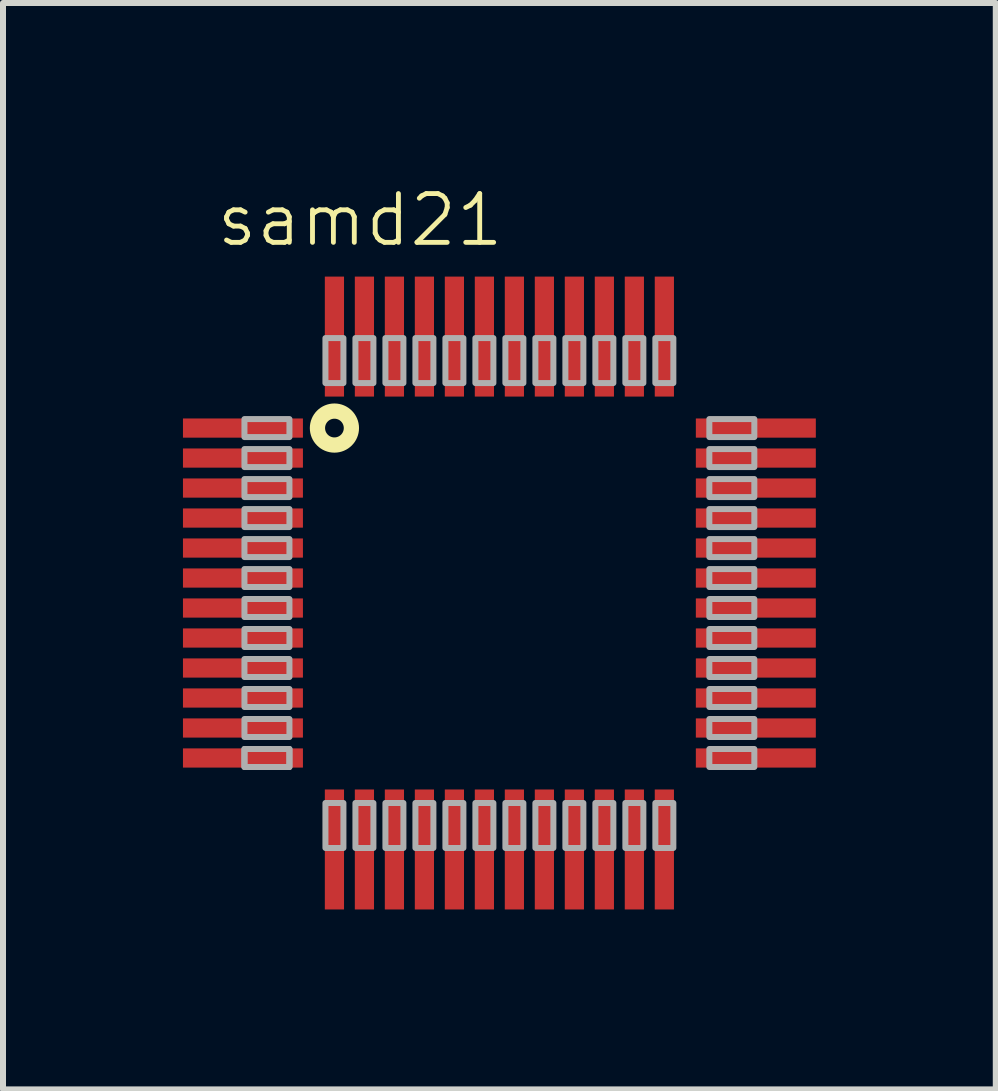
<source format=kicad_pcb>
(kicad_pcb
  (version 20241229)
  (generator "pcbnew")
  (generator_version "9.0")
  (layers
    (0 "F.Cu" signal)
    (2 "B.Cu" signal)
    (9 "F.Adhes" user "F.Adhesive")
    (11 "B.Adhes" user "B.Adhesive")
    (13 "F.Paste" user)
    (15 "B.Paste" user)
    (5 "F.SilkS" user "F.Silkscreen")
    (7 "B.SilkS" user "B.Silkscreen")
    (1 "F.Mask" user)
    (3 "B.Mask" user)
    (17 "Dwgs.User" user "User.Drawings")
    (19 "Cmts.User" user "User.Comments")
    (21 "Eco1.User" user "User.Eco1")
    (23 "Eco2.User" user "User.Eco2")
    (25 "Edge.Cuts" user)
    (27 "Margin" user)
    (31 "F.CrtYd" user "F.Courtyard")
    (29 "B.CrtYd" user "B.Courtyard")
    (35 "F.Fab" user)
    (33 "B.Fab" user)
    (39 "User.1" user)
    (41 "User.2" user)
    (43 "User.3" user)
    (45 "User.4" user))
  (footprint "samd21"
    (layer "F.Cu")
    (at 5.275 6.836)
    (property "Reference" "samd21" (at -2.322 -6.218 0) (layer "F.SilkS") (effects (font (size 0.813 0.813) (thickness 0.081))))
    (attr through_hole)
    (fp_circle (center -2.75 -2.75) (end -2.467 -2.75) (stroke (width 0.254) (type solid)) (fill no) (layer "F.SilkS"))
    (fp_poly (pts (xy -4.25 -2.9) (xy -3.5 -2.9) (xy -3.5 -2.6) (xy -4.25 -2.6)) (stroke (width 0.1) (type solid)) (fill no) (layer "F.Fab"))
    (fp_poly (pts (xy -4.25 -2.4) (xy -3.5 -2.4) (xy -3.5 -2.1) (xy -4.25 -2.1)) (stroke (width 0.1) (type solid)) (fill no) (layer "F.Fab"))
    (fp_poly (pts (xy -4.25 -1.9) (xy -3.5 -1.9) (xy -3.5 -1.6) (xy -4.25 -1.6)) (stroke (width 0.1) (type solid)) (fill no) (layer "F.Fab"))
    (fp_poly (pts (xy -4.25 -1.4) (xy -3.5 -1.4) (xy -3.5 -1.1) (xy -4.25 -1.1)) (stroke (width 0.1) (type solid)) (fill no) (layer "F.Fab"))
    (fp_poly (pts (xy -4.25 -0.9) (xy -3.5 -0.9) (xy -3.5 -0.6) (xy -4.25 -0.6)) (stroke (width 0.1) (type solid)) (fill no) (layer "F.Fab"))
    (fp_poly (pts (xy -4.25 -0.4) (xy -3.5 -0.4) (xy -3.5 -0.1) (xy -4.25 -0.1)) (stroke (width 0.1) (type solid)) (fill no) (layer "F.Fab"))
    (fp_poly (pts (xy -4.25 0.1) (xy -3.5 0.1) (xy -3.5 0.4) (xy -4.25 0.4)) (stroke (width 0.1) (type solid)) (fill no) (layer "F.Fab"))
    (fp_poly (pts (xy -4.25 0.6) (xy -3.5 0.6) (xy -3.5 0.9) (xy -4.25 0.9)) (stroke (width 0.1) (type solid)) (fill no) (layer "F.Fab"))
    (fp_poly (pts (xy -4.25 1.1) (xy -3.5 1.1) (xy -3.5 1.4) (xy -4.25 1.4)) (stroke (width 0.1) (type solid)) (fill no) (layer "F.Fab"))
    (fp_poly (pts (xy -4.25 1.6) (xy -3.5 1.6) (xy -3.5 1.9) (xy -4.25 1.9)) (stroke (width 0.1) (type solid)) (fill no) (layer "F.Fab"))
    (fp_poly (pts (xy -4.25 2.1) (xy -3.5 2.1) (xy -3.5 2.4) (xy -4.25 2.4)) (stroke (width 0.1) (type solid)) (fill no) (layer "F.Fab"))
    (fp_poly (pts (xy -4.25 2.6) (xy -3.5 2.6) (xy -3.5 2.9) (xy -4.25 2.9)) (stroke (width 0.1) (type solid)) (fill no) (layer "F.Fab"))
    (fp_poly (pts (xy -4.25 2.6) (xy -3.5 2.6) (xy -3.5 2.9) (xy -4.25 2.9)) (stroke (width 0.1) (type solid)) (fill no) (layer "F.Fab"))
    (fp_poly (pts (xy -2.9 -4.25) (xy -2.6 -4.25) (xy -2.6 -3.5) (xy -2.9 -3.5)) (stroke (width 0.1) (type solid)) (fill no) (layer "F.Fab"))
    (fp_poly (pts (xy -2.9 3.5) (xy -2.6 3.5) (xy -2.6 4.25) (xy -2.9 4.25)) (stroke (width 0.1) (type solid)) (fill no) (layer "F.Fab"))
    (fp_poly (pts (xy -2.4 -4.25) (xy -2.1 -4.25) (xy -2.1 -3.5) (xy -2.4 -3.5)) (stroke (width 0.1) (type solid)) (fill no) (layer "F.Fab"))
    (fp_poly (pts (xy -2.4 3.5) (xy -2.1 3.5) (xy -2.1 4.25) (xy -2.4 4.25)) (stroke (width 0.1) (type solid)) (fill no) (layer "F.Fab"))
    (fp_poly (pts (xy -1.9 -4.25) (xy -1.6 -4.25) (xy -1.6 -3.5) (xy -1.9 -3.5)) (stroke (width 0.1) (type solid)) (fill no) (layer "F.Fab"))
    (fp_poly (pts (xy -1.9 3.5) (xy -1.6 3.5) (xy -1.6 4.25) (xy -1.9 4.25)) (stroke (width 0.1) (type solid)) (fill no) (layer "F.Fab"))
    (fp_poly (pts (xy -1.4 -4.25) (xy -1.1 -4.25) (xy -1.1 -3.5) (xy -1.4 -3.5)) (stroke (width 0.1) (type solid)) (fill no) (layer "F.Fab"))
    (fp_poly (pts (xy -1.4 3.5) (xy -1.1 3.5) (xy -1.1 4.25) (xy -1.4 4.25)) (stroke (width 0.1) (type solid)) (fill no) (layer "F.Fab"))
    (fp_poly (pts (xy -0.9 -4.25) (xy -0.6 -4.25) (xy -0.6 -3.5) (xy -0.9 -3.5)) (stroke (width 0.1) (type solid)) (fill no) (layer "F.Fab"))
    (fp_poly (pts (xy -0.9 3.5) (xy -0.6 3.5) (xy -0.6 4.25) (xy -0.9 4.25)) (stroke (width 0.1) (type solid)) (fill no) (layer "F.Fab"))
    (fp_poly (pts (xy -0.4 -4.25) (xy -0.1 -4.25) (xy -0.1 -3.5) (xy -0.4 -3.5)) (stroke (width 0.1) (type solid)) (fill no) (layer "F.Fab"))
    (fp_poly (pts (xy -0.4 3.5) (xy -0.1 3.5) (xy -0.1 4.25) (xy -0.4 4.25)) (stroke (width 0.1) (type solid)) (fill no) (layer "F.Fab"))
    (fp_poly (pts (xy 0.1 -4.25) (xy 0.4 -4.25) (xy 0.4 -3.5) (xy 0.1 -3.5)) (stroke (width 0.1) (type solid)) (fill no) (layer "F.Fab"))
    (fp_poly (pts (xy 0.1 3.5) (xy 0.4 3.5) (xy 0.4 4.25) (xy 0.1 4.25)) (stroke (width 0.1) (type solid)) (fill no) (layer "F.Fab"))
    (fp_poly (pts (xy 0.6 -4.25) (xy 0.9 -4.25) (xy 0.9 -3.5) (xy 0.6 -3.5)) (stroke (width 0.1) (type solid)) (fill no) (layer "F.Fab"))
    (fp_poly (pts (xy 0.6 3.5) (xy 0.9 3.5) (xy 0.9 4.25) (xy 0.6 4.25)) (stroke (width 0.1) (type solid)) (fill no) (layer "F.Fab"))
    (fp_poly (pts (xy 1.1 -4.25) (xy 1.4 -4.25) (xy 1.4 -3.5) (xy 1.1 -3.5)) (stroke (width 0.1) (type solid)) (fill no) (layer "F.Fab"))
    (fp_poly (pts (xy 1.1 3.5) (xy 1.4 3.5) (xy 1.4 4.25) (xy 1.1 4.25)) (stroke (width 0.1) (type solid)) (fill no) (layer "F.Fab"))
    (fp_poly (pts (xy 1.6 -4.25) (xy 1.9 -4.25) (xy 1.9 -3.5) (xy 1.6 -3.5)) (stroke (width 0.1) (type solid)) (fill no) (layer "F.Fab"))
    (fp_poly (pts (xy 1.6 3.5) (xy 1.9 3.5) (xy 1.9 4.25) (xy 1.6 4.25)) (stroke (width 0.1) (type solid)) (fill no) (layer "F.Fab"))
    (fp_poly (pts (xy 2.1 -4.25) (xy 2.4 -4.25) (xy 2.4 -3.5) (xy 2.1 -3.5)) (stroke (width 0.1) (type solid)) (fill no) (layer "F.Fab"))
    (fp_poly (pts (xy 2.1 3.5) (xy 2.4 3.5) (xy 2.4 4.25) (xy 2.1 4.25)) (stroke (width 0.1) (type solid)) (fill no) (layer "F.Fab"))
    (fp_poly (pts (xy 2.6 -4.25) (xy 2.9 -4.25) (xy 2.9 -3.5) (xy 2.6 -3.5)) (stroke (width 0.1) (type solid)) (fill no) (layer "F.Fab"))
    (fp_poly (pts (xy 2.6 3.5) (xy 2.9 3.5) (xy 2.9 4.25) (xy 2.6 4.25)) (stroke (width 0.1) (type solid)) (fill no) (layer "F.Fab"))
    (fp_poly (pts (xy 3.5 -2.9) (xy 4.25 -2.9) (xy 4.25 -2.6) (xy 3.5 -2.6)) (stroke (width 0.1) (type solid)) (fill no) (layer "F.Fab"))
    (fp_poly (pts (xy 3.5 -2.4) (xy 4.25 -2.4) (xy 4.25 -2.1) (xy 3.5 -2.1)) (stroke (width 0.1) (type solid)) (fill no) (layer "F.Fab"))
    (fp_poly (pts (xy 3.5 -1.9) (xy 4.25 -1.9) (xy 4.25 -1.6) (xy 3.5 -1.6)) (stroke (width 0.1) (type solid)) (fill no) (layer "F.Fab"))
    (fp_poly (pts (xy 3.5 -1.4) (xy 4.25 -1.4) (xy 4.25 -1.1) (xy 3.5 -1.1)) (stroke (width 0.1) (type solid)) (fill no) (layer "F.Fab"))
    (fp_poly (pts (xy 3.5 -0.9) (xy 4.25 -0.9) (xy 4.25 -0.6) (xy 3.5 -0.6)) (stroke (width 0.1) (type solid)) (fill no) (layer "F.Fab"))
    (fp_poly (pts (xy 3.5 -0.4) (xy 4.25 -0.4) (xy 4.25 -0.1) (xy 3.5 -0.1)) (stroke (width 0.1) (type solid)) (fill no) (layer "F.Fab"))
    (fp_poly (pts (xy 3.5 0.1) (xy 4.25 0.1) (xy 4.25 0.4) (xy 3.5 0.4)) (stroke (width 0.1) (type solid)) (fill no) (layer "F.Fab"))
    (fp_poly (pts (xy 3.5 0.6) (xy 4.25 0.6) (xy 4.25 0.9) (xy 3.5 0.9)) (stroke (width 0.1) (type solid)) (fill no) (layer "F.Fab"))
    (fp_poly (pts (xy 3.5 1.1) (xy 4.25 1.1) (xy 4.25 1.4) (xy 3.5 1.4)) (stroke (width 0.1) (type solid)) (fill no) (layer "F.Fab"))
    (fp_poly (pts (xy 3.5 1.6) (xy 4.25 1.6) (xy 4.25 1.9) (xy 3.5 1.9)) (stroke (width 0.1) (type solid)) (fill no) (layer "F.Fab"))
    (fp_poly (pts (xy 3.5 2.1) (xy 4.25 2.1) (xy 4.25 2.4) (xy 3.5 2.4)) (stroke (width 0.1) (type solid)) (fill no) (layer "F.Fab"))
    (fp_poly (pts (xy 3.5 2.6) (xy 4.25 2.6) (xy 4.25 2.9) (xy 3.5 2.9)) (stroke (width 0.1) (type solid)) (fill no) (layer "F.Fab"))
    (pad "1" smd rect (at -4.275 -2.75) (size 2 0.32) (layers "F.Cu" "F.Mask" "F.Paste"))
    (pad "2" smd rect (at -4.275 -2.25) (size 2 0.32) (layers "F.Cu" "F.Mask" "F.Paste"))
    (pad "3" smd rect (at -4.275 -1.75) (size 2 0.32) (layers "F.Cu" "F.Mask" "F.Paste"))
    (pad "4" smd rect (at -4.275 -1.25) (size 2 0.32) (layers "F.Cu" "F.Mask" "F.Paste"))
    (pad "5" smd rect (at -4.275 -0.75) (size 2 0.32) (layers "F.Cu" "F.Mask" "F.Paste"))
    (pad "6" smd rect (at -4.275 -0.25) (size 2 0.32) (layers "F.Cu" "F.Mask" "F.Paste"))
    (pad "7" smd rect (at -4.275 0.25) (size 2 0.32) (layers "F.Cu" "F.Mask" "F.Paste"))
    (pad "8" smd rect (at -4.275 0.75) (size 2 0.32) (layers "F.Cu" "F.Mask" "F.Paste"))
    (pad "9" smd rect (at -4.275 1.25) (size 2 0.32) (layers "F.Cu" "F.Mask" "F.Paste"))
    (pad "10" smd rect (at -4.275 1.75) (size 2 0.32) (layers "F.Cu" "F.Mask" "F.Paste"))
    (pad "11" smd rect (at -4.275 2.25) (size 2 0.32) (layers "F.Cu" "F.Mask" "F.Paste"))
    (pad "12" smd rect (at -4.275 2.75) (size 2 0.32) (layers "F.Cu" "F.Mask" "F.Paste"))
    (pad "13" smd rect (at -2.75 4.275) (size 0.32 2) (layers "F.Cu" "F.Mask" "F.Paste"))
    (pad "14" smd rect (at -2.25 4.275) (size 0.32 2) (layers "F.Cu" "F.Mask" "F.Paste"))
    (pad "15" smd rect (at -1.75 4.275) (size 0.32 2) (layers "F.Cu" "F.Mask" "F.Paste"))
    (pad "16" smd rect (at -1.25 4.275) (size 0.32 2) (layers "F.Cu" "F.Mask" "F.Paste"))
    (pad "17" smd rect (at -0.75 4.275) (size 0.32 2) (layers "F.Cu" "F.Mask" "F.Paste"))
    (pad "18" smd rect (at -0.25 4.275) (size 0.32 2) (layers "F.Cu" "F.Mask" "F.Paste"))
    (pad "19" smd rect (at 0.25 4.275) (size 0.32 2) (layers "F.Cu" "F.Mask" "F.Paste"))
    (pad "20" smd rect (at 0.75 4.275) (size 0.32 2) (layers "F.Cu" "F.Mask" "F.Paste"))
    (pad "21" smd rect (at 1.25 4.275) (size 0.32 2) (layers "F.Cu" "F.Mask" "F.Paste"))
    (pad "22" smd rect (at 1.75 4.275) (size 0.32 2) (layers "F.Cu" "F.Mask" "F.Paste"))
    (pad "23" smd rect (at 2.25 4.275) (size 0.32 2) (layers "F.Cu" "F.Mask" "F.Paste"))
    (pad "24" smd rect (at 2.75 4.275) (size 0.32 2) (layers "F.Cu" "F.Mask" "F.Paste"))
    (pad "25" smd rect (at 4.275 2.75) (size 2 0.32) (layers "F.Cu" "F.Mask" "F.Paste"))
    (pad "26" smd rect (at 4.275 2.25) (size 2 0.32) (layers "F.Cu" "F.Mask" "F.Paste"))
    (pad "27" smd rect (at 4.275 1.75) (size 2 0.32) (layers "F.Cu" "F.Mask" "F.Paste"))
    (pad "28" smd rect (at 4.275 1.25) (size 2 0.32) (layers "F.Cu" "F.Mask" "F.Paste"))
    (pad "29" smd rect (at 4.275 0.75) (size 2 0.32) (layers "F.Cu" "F.Mask" "F.Paste"))
    (pad "30" smd rect (at 4.275 0.25) (size 2 0.32) (layers "F.Cu" "F.Mask" "F.Paste"))
    (pad "31" smd rect (at 4.275 -0.25) (size 2 0.32) (layers "F.Cu" "F.Mask" "F.Paste"))
    (pad "32" smd rect (at 4.275 -0.75) (size 2 0.32) (layers "F.Cu" "F.Mask" "F.Paste"))
    (pad "33" smd rect (at 4.275 -1.25) (size 2 0.32) (layers "F.Cu" "F.Mask" "F.Paste"))
    (pad "34" smd rect (at 4.275 -1.75) (size 2 0.32) (layers "F.Cu" "F.Mask" "F.Paste"))
    (pad "35" smd rect (at 4.275 -2.25) (size 2 0.32) (layers "F.Cu" "F.Mask" "F.Paste"))
    (pad "36" smd rect (at 4.275 -2.75) (size 2 0.32) (layers "F.Cu" "F.Mask" "F.Paste"))
    (pad "37" smd rect (at 2.75 -4.275) (size 0.32 2) (layers "F.Cu" "F.Mask" "F.Paste"))
    (pad "38" smd rect (at 2.25 -4.275) (size 0.32 2) (layers "F.Cu" "F.Mask" "F.Paste"))
    (pad "39" smd rect (at 1.75 -4.275) (size 0.32 2) (layers "F.Cu" "F.Mask" "F.Paste"))
    (pad "40" smd rect (at 1.25 -4.275) (size 0.32 2) (layers "F.Cu" "F.Mask" "F.Paste"))
    (pad "41" smd rect (at 0.75 -4.275) (size 0.32 2) (layers "F.Cu" "F.Mask" "F.Paste"))
    (pad "42" smd rect (at 0.25 -4.275) (size 0.32 2) (layers "F.Cu" "F.Mask" "F.Paste"))
    (pad "43" smd rect (at -0.25 -4.275) (size 0.32 2) (layers "F.Cu" "F.Mask" "F.Paste"))
    (pad "44" smd rect (at -0.75 -4.275) (size 0.32 2) (layers "F.Cu" "F.Mask" "F.Paste"))
    (pad "45" smd rect (at -1.25 -4.275) (size 0.32 2) (layers "F.Cu" "F.Mask" "F.Paste"))
    (pad "46" smd rect (at -1.75 -4.275) (size 0.32 2) (layers "F.Cu" "F.Mask" "F.Paste"))
    (pad "47" smd rect (at -2.25 -4.275) (size 0.32 2) (layers "F.Cu" "F.Mask" "F.Paste"))
    (pad "48" smd rect (at -2.75 -4.275) (size 0.32 2) (layers "F.Cu" "F.Mask" "F.Paste")))
  (gr_rect
    (start -3 -3)
    (end 13.55 15.111)
    (stroke (width 0.1) (type default))
    (fill no)
    (layer "Edge.Cuts")))
</source>
